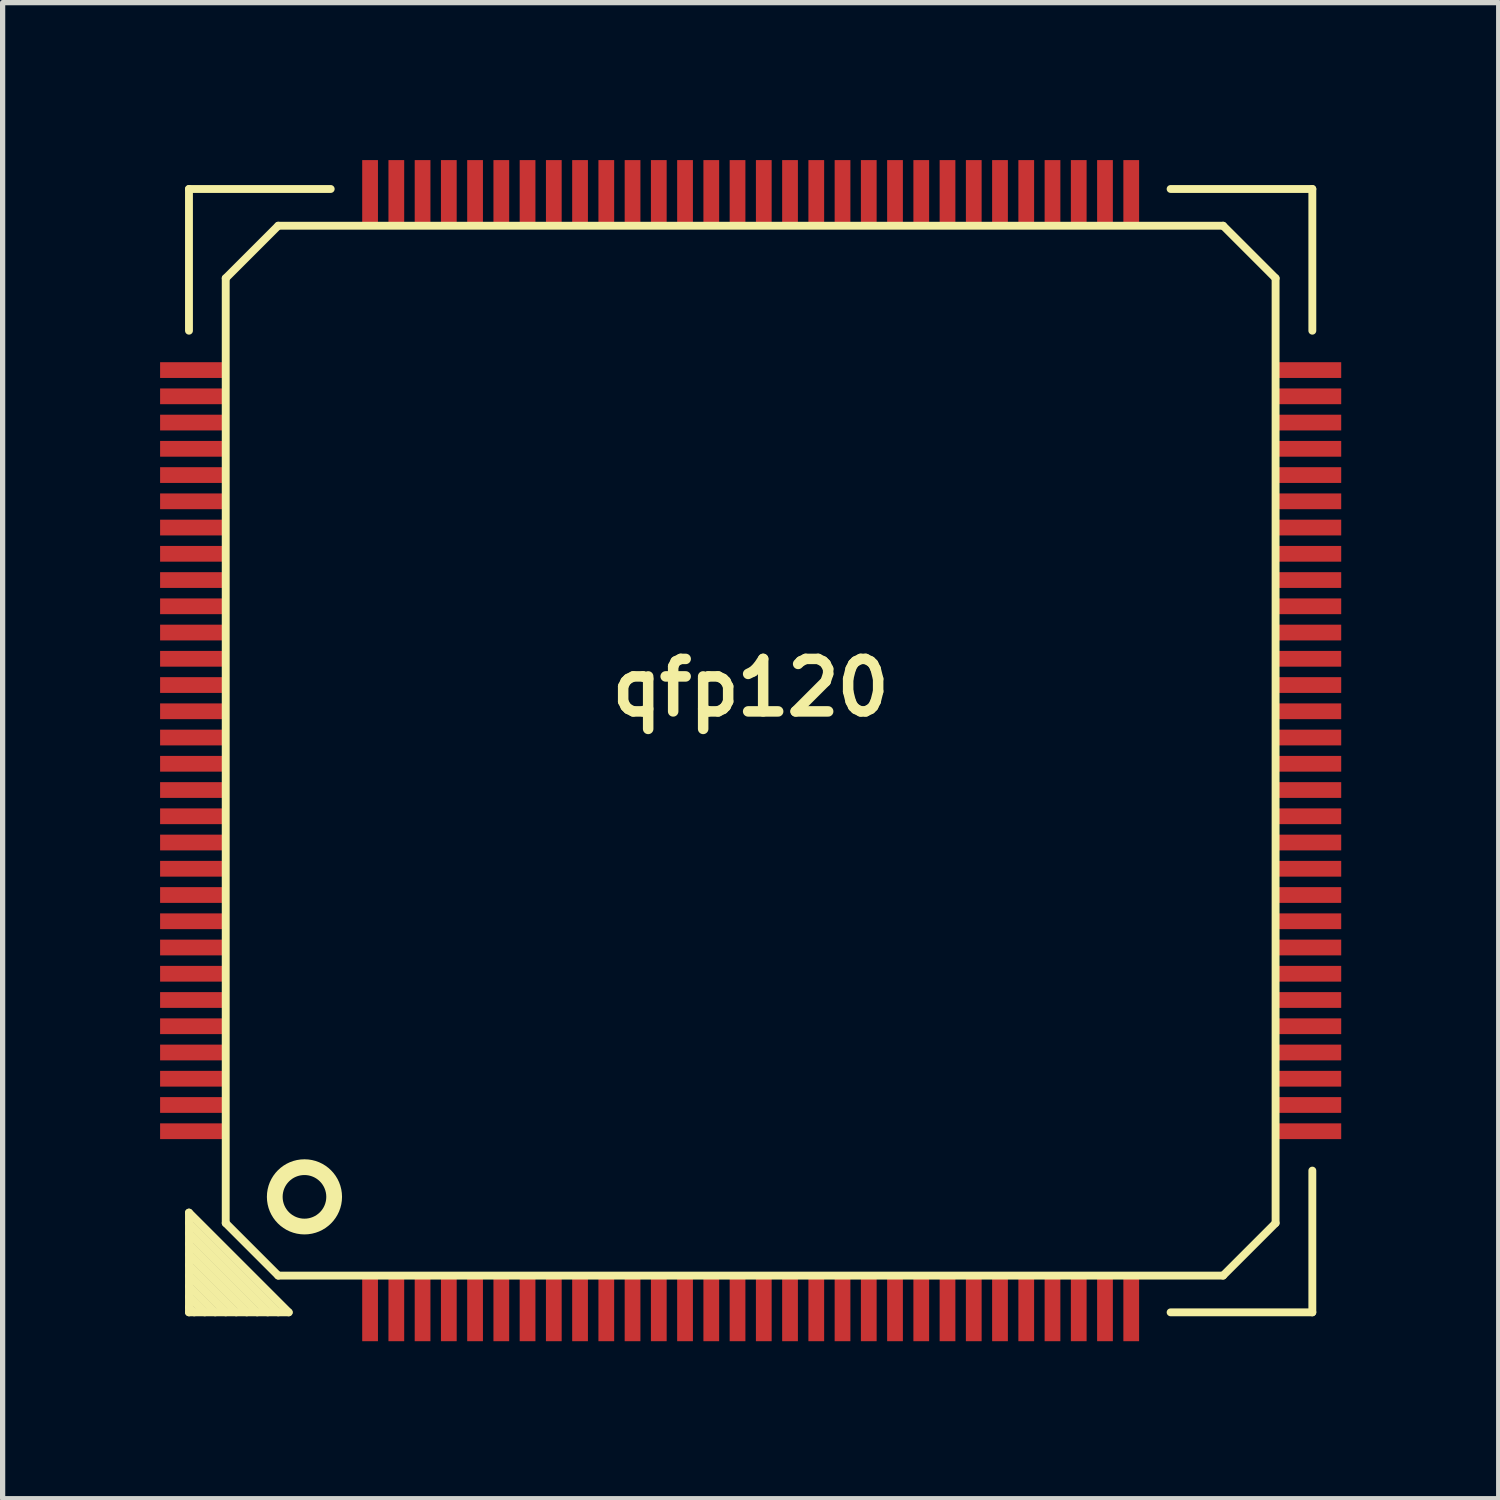
<source format=kicad_pcb>
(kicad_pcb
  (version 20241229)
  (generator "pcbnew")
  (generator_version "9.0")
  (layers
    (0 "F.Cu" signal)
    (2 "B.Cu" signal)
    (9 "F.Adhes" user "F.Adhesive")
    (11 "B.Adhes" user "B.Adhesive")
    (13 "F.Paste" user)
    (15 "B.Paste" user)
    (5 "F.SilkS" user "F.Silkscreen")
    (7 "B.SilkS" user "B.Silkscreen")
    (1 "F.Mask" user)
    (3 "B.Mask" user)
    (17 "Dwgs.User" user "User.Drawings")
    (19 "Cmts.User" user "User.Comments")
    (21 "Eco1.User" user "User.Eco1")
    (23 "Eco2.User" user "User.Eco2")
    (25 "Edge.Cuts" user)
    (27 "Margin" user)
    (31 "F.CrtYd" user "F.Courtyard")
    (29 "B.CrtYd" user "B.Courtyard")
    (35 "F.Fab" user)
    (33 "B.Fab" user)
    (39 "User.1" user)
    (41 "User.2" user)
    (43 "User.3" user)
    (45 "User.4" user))
  (footprint "qfp120"
    (layer "F.Cu")
    (at 11.25 11.25)
    (property "Reference" "qfp120" (at 0 -1.2 0) (layer "F.SilkS") (effects (font (size 1 1) (thickness 0.2))))
    (attr through_hole)
    (fp_line (start -10.7 -10.7) (end -8 -10.7) (stroke (width 0.15) (type solid)) (layer "F.SilkS"))
    (fp_line (start -10.7 -8) (end -10.7 -10.7) (stroke (width 0.15) (type solid)) (layer "F.SilkS"))
    (fp_line (start -10.7 9.4) (end -9.4 10.7) (stroke (width 0.15) (type solid)) (layer "F.SilkS"))
    (fp_line (start -10.7 9.8) (end -9.8 10.7) (stroke (width 0.15) (type solid)) (layer "F.SilkS"))
    (fp_line (start -10.7 10.2) (end -10.2 10.7) (stroke (width 0.15) (type solid)) (layer "F.SilkS"))
    (fp_line (start -10.7 10.6) (end -10.6 10.7) (stroke (width 0.15) (type solid)) (layer "F.SilkS"))
    (fp_line (start -10.7 10.7) (end -10.7 8.8) (stroke (width 0.15) (type solid)) (layer "F.SilkS"))
    (fp_line (start -10.4 10.7) (end -10.7 10.4) (stroke (width 0.15) (type solid)) (layer "F.SilkS"))
    (fp_line (start -10 -9) (end -9 -10) (stroke (width 0.15) (type solid)) (layer "F.SilkS"))
    (fp_line (start -10 9) (end -10 -9) (stroke (width 0.15) (type solid)) (layer "F.SilkS"))
    (fp_line (start -10 10.7) (end -10.7 10) (stroke (width 0.15) (type solid)) (layer "F.SilkS"))
    (fp_line (start -9.6 10.7) (end -10.7 9.6) (stroke (width 0.15) (type solid)) (layer "F.SilkS"))
    (fp_line (start -9.2 10.7) (end -10.7 9.2) (stroke (width 0.15) (type solid)) (layer "F.SilkS"))
    (fp_line (start -9 -10) (end 9 -10) (stroke (width 0.15) (type solid)) (layer "F.SilkS"))
    (fp_line (start -9 10) (end -10 9) (stroke (width 0.15) (type solid)) (layer "F.SilkS"))
    (fp_line (start -9 10.7) (end -10.7 9) (stroke (width 0.15) (type solid)) (layer "F.SilkS"))
    (fp_line (start -8.8 10.7) (end -10.7 8.8) (stroke (width 0.15) (type solid)) (layer "F.SilkS"))
    (fp_line (start -8.8 10.7) (end -10.7 10.7) (stroke (width 0.15) (type solid)) (layer "F.SilkS"))
    (fp_line (start 8 -10.7) (end 10.7 -10.7) (stroke (width 0.15) (type solid)) (layer "F.SilkS"))
    (fp_line (start 9 -10) (end 10 -9) (stroke (width 0.15) (type solid)) (layer "F.SilkS"))
    (fp_line (start 9 10) (end -9 10) (stroke (width 0.15) (type solid)) (layer "F.SilkS"))
    (fp_line (start 10 9) (end 9 10) (stroke (width 0.15) (type solid)) (layer "F.SilkS"))
    (fp_line (start 10 9) (end 10 -9) (stroke (width 0.15) (type solid)) (layer "F.SilkS"))
    (fp_line (start 10.7 -10.7) (end 10.7 -8) (stroke (width 0.15) (type solid)) (layer "F.SilkS"))
    (fp_line (start 10.7 8) (end 10.7 10.7) (stroke (width 0.15) (type solid)) (layer "F.SilkS"))
    (fp_line (start 10.7 10.7) (end 8 10.7) (stroke (width 0.15) (type solid)) (layer "F.SilkS"))
    (fp_circle (center -8.5 8.5) (end -8.9 8.9) (stroke (width 0.3) (type solid)) (fill no) (layer "F.SilkS"))
    (pad "1" smd rect (at -7.25 10.6) (size 0.3 1.3) (layers "F.Cu" "F.Mask" "F.Paste"))
    (pad "2" smd rect (at -6.75 10.6) (size 0.3 1.3) (layers "F.Cu" "F.Mask" "F.Paste"))
    (pad "3" smd rect (at -6.25 10.6) (size 0.3 1.3) (layers "F.Cu" "F.Mask" "F.Paste"))
    (pad "4" smd rect (at -5.75 10.6) (size 0.3 1.3) (layers "F.Cu" "F.Mask" "F.Paste"))
    (pad "5" smd rect (at -5.25 10.6) (size 0.3 1.3) (layers "F.Cu" "F.Mask" "F.Paste"))
    (pad "6" smd rect (at -4.75 10.6) (size 0.3 1.3) (layers "F.Cu" "F.Mask" "F.Paste"))
    (pad "7" smd rect (at -4.25 10.6) (size 0.3 1.3) (layers "F.Cu" "F.Mask" "F.Paste"))
    (pad "8" smd rect (at -3.75 10.6) (size 0.3 1.3) (layers "F.Cu" "F.Mask" "F.Paste"))
    (pad "9" smd rect (at -3.25 10.6) (size 0.3 1.3) (layers "F.Cu" "F.Mask" "F.Paste"))
    (pad "10" smd rect (at -2.75 10.6) (size 0.3 1.3) (layers "F.Cu" "F.Mask" "F.Paste"))
    (pad "11" smd rect (at -2.25 10.6) (size 0.3 1.3) (layers "F.Cu" "F.Mask" "F.Paste"))
    (pad "12" smd rect (at -1.75 10.6) (size 0.3 1.3) (layers "F.Cu" "F.Mask" "F.Paste"))
    (pad "13" smd rect (at -1.25 10.6) (size 0.3 1.3) (layers "F.Cu" "F.Mask" "F.Paste"))
    (pad "14" smd rect (at -0.75 10.6) (size 0.3 1.3) (layers "F.Cu" "F.Mask" "F.Paste"))
    (pad "15" smd rect (at -0.25 10.6) (size 0.3 1.3) (layers "F.Cu" "F.Mask" "F.Paste"))
    (pad "16" smd rect (at 0.25 10.6) (size 0.3 1.3) (layers "F.Cu" "F.Mask" "F.Paste"))
    (pad "17" smd rect (at 0.75 10.6) (size 0.3 1.3) (layers "F.Cu" "F.Mask" "F.Paste"))
    (pad "18" smd rect (at 1.25 10.6) (size 0.3 1.3) (layers "F.Cu" "F.Mask" "F.Paste"))
    (pad "19" smd rect (at 1.75 10.6) (size 0.3 1.3) (layers "F.Cu" "F.Mask" "F.Paste"))
    (pad "20" smd rect (at 2.25 10.6) (size 0.3 1.3) (layers "F.Cu" "F.Mask" "F.Paste"))
    (pad "21" smd rect (at 2.75 10.6) (size 0.3 1.3) (layers "F.Cu" "F.Mask" "F.Paste"))
    (pad "22" smd rect (at 3.25 10.6) (size 0.3 1.3) (layers "F.Cu" "F.Mask" "F.Paste"))
    (pad "23" smd rect (at 3.75 10.6) (size 0.3 1.3) (layers "F.Cu" "F.Mask" "F.Paste"))
    (pad "24" smd rect (at 4.25 10.6) (size 0.3 1.3) (layers "F.Cu" "F.Mask" "F.Paste"))
    (pad "25" smd rect (at 4.75 10.6) (size 0.3 1.3) (layers "F.Cu" "F.Mask" "F.Paste"))
    (pad "26" smd rect (at 5.25 10.6) (size 0.3 1.3) (layers "F.Cu" "F.Mask" "F.Paste"))
    (pad "27" smd rect (at 5.75 10.6) (size 0.3 1.3) (layers "F.Cu" "F.Mask" "F.Paste"))
    (pad "28" smd rect (at 6.25 10.6) (size 0.3 1.3) (layers "F.Cu" "F.Mask" "F.Paste"))
    (pad "29" smd rect (at 6.75 10.6) (size 0.3 1.3) (layers "F.Cu" "F.Mask" "F.Paste"))
    (pad "30" smd rect (at 7.25 10.6) (size 0.3 1.3) (layers "F.Cu" "F.Mask" "F.Paste"))
    (pad "31" smd rect (at 10.6 7.25) (size 1.3 0.3) (layers "F.Cu" "F.Mask" "F.Paste"))
    (pad "32" smd rect (at 10.6 6.75) (size 1.3 0.3) (layers "F.Cu" "F.Mask" "F.Paste"))
    (pad "33" smd rect (at 10.6 6.25) (size 1.3 0.3) (layers "F.Cu" "F.Mask" "F.Paste"))
    (pad "34" smd rect (at 10.6 5.75) (size 1.3 0.3) (layers "F.Cu" "F.Mask" "F.Paste"))
    (pad "35" smd rect (at 10.6 5.25) (size 1.3 0.3) (layers "F.Cu" "F.Mask" "F.Paste"))
    (pad "36" smd rect (at 10.6 4.75) (size 1.3 0.3) (layers "F.Cu" "F.Mask" "F.Paste"))
    (pad "37" smd rect (at 10.6 4.25) (size 1.3 0.3) (layers "F.Cu" "F.Mask" "F.Paste"))
    (pad "38" smd rect (at 10.6 3.75) (size 1.3 0.3) (layers "F.Cu" "F.Mask" "F.Paste"))
    (pad "39" smd rect (at 10.6 3.25) (size 1.3 0.3) (layers "F.Cu" "F.Mask" "F.Paste"))
    (pad "40" smd rect (at 10.6 2.75) (size 1.3 0.3) (layers "F.Cu" "F.Mask" "F.Paste"))
    (pad "41" smd rect (at 10.6 2.25) (size 1.3 0.3) (layers "F.Cu" "F.Mask" "F.Paste"))
    (pad "42" smd rect (at 10.6 1.75) (size 1.3 0.3) (layers "F.Cu" "F.Mask" "F.Paste"))
    (pad "43" smd rect (at 10.6 1.25) (size 1.3 0.3) (layers "F.Cu" "F.Mask" "F.Paste"))
    (pad "44" smd rect (at 10.6 0.75) (size 1.3 0.3) (layers "F.Cu" "F.Mask" "F.Paste"))
    (pad "45" smd rect (at 10.6 0.25) (size 1.3 0.3) (layers "F.Cu" "F.Mask" "F.Paste"))
    (pad "46" smd rect (at 10.6 -0.25) (size 1.3 0.3) (layers "F.Cu" "F.Mask" "F.Paste"))
    (pad "47" smd rect (at 10.6 -0.75) (size 1.3 0.3) (layers "F.Cu" "F.Mask" "F.Paste"))
    (pad "48" smd rect (at 10.6 -1.25) (size 1.3 0.3) (layers "F.Cu" "F.Mask" "F.Paste"))
    (pad "49" smd rect (at 10.6 -1.75) (size 1.3 0.3) (layers "F.Cu" "F.Mask" "F.Paste"))
    (pad "50" smd rect (at 10.6 -2.25) (size 1.3 0.3) (layers "F.Cu" "F.Mask" "F.Paste"))
    (pad "51" smd rect (at 10.6 -2.75) (size 1.3 0.3) (layers "F.Cu" "F.Mask" "F.Paste"))
    (pad "52" smd rect (at 10.6 -3.25) (size 1.3 0.3) (layers "F.Cu" "F.Mask" "F.Paste"))
    (pad "53" smd rect (at 10.6 -3.75) (size 1.3 0.3) (layers "F.Cu" "F.Mask" "F.Paste"))
    (pad "54" smd rect (at 10.6 -4.25) (size 1.3 0.3) (layers "F.Cu" "F.Mask" "F.Paste"))
    (pad "55" smd rect (at 10.6 -4.75) (size 1.3 0.3) (layers "F.Cu" "F.Mask" "F.Paste"))
    (pad "56" smd rect (at 10.6 -5.25) (size 1.3 0.3) (layers "F.Cu" "F.Mask" "F.Paste"))
    (pad "57" smd rect (at 10.6 -5.75) (size 1.3 0.3) (layers "F.Cu" "F.Mask" "F.Paste"))
    (pad "58" smd rect (at 10.6 -6.25) (size 1.3 0.3) (layers "F.Cu" "F.Mask" "F.Paste"))
    (pad "59" smd rect (at 10.6 -6.75) (size 1.3 0.3) (layers "F.Cu" "F.Mask" "F.Paste"))
    (pad "60" smd rect (at 10.6 -7.25) (size 1.3 0.3) (layers "F.Cu" "F.Mask" "F.Paste"))
    (pad "61" smd rect (at 7.25 -10.6) (size 0.3 1.3) (layers "F.Cu" "F.Mask" "F.Paste"))
    (pad "62" smd rect (at 6.75 -10.6) (size 0.3 1.3) (layers "F.Cu" "F.Mask" "F.Paste"))
    (pad "63" smd rect (at 6.25 -10.6) (size 0.3 1.3) (layers "F.Cu" "F.Mask" "F.Paste"))
    (pad "64" smd rect (at 5.75 -10.6) (size 0.3 1.3) (layers "F.Cu" "F.Mask" "F.Paste"))
    (pad "65" smd rect (at 5.25 -10.6) (size 0.3 1.3) (layers "F.Cu" "F.Mask" "F.Paste"))
    (pad "66" smd rect (at 4.75 -10.6) (size 0.3 1.3) (layers "F.Cu" "F.Mask" "F.Paste"))
    (pad "67" smd rect (at 4.25 -10.6) (size 0.3 1.3) (layers "F.Cu" "F.Mask" "F.Paste"))
    (pad "68" smd rect (at 3.75 -10.6) (size 0.3 1.3) (layers "F.Cu" "F.Mask" "F.Paste"))
    (pad "69" smd rect (at 3.25 -10.6) (size 0.3 1.3) (layers "F.Cu" "F.Mask" "F.Paste"))
    (pad "70" smd rect (at 2.75 -10.6) (size 0.3 1.3) (layers "F.Cu" "F.Mask" "F.Paste"))
    (pad "71" smd rect (at 2.25 -10.6) (size 0.3 1.3) (layers "F.Cu" "F.Mask" "F.Paste"))
    (pad "72" smd rect (at 1.75 -10.6) (size 0.3 1.3) (layers "F.Cu" "F.Mask" "F.Paste"))
    (pad "73" smd rect (at 1.25 -10.6) (size 0.3 1.3) (layers "F.Cu" "F.Mask" "F.Paste"))
    (pad "74" smd rect (at 0.75 -10.6) (size 0.3 1.3) (layers "F.Cu" "F.Mask" "F.Paste"))
    (pad "75" smd rect (at 0.25 -10.6) (size 0.3 1.3) (layers "F.Cu" "F.Mask" "F.Paste"))
    (pad "76" smd rect (at -0.25 -10.6) (size 0.3 1.3) (layers "F.Cu" "F.Mask" "F.Paste"))
    (pad "77" smd rect (at -0.75 -10.6) (size 0.3 1.3) (layers "F.Cu" "F.Mask" "F.Paste"))
    (pad "78" smd rect (at -1.25 -10.6) (size 0.3 1.3) (layers "F.Cu" "F.Mask" "F.Paste"))
    (pad "79" smd rect (at -1.75 -10.6) (size 0.3 1.3) (layers "F.Cu" "F.Mask" "F.Paste"))
    (pad "80" smd rect (at -2.25 -10.6) (size 0.3 1.3) (layers "F.Cu" "F.Mask" "F.Paste"))
    (pad "81" smd rect (at -2.75 -10.6) (size 0.3 1.3) (layers "F.Cu" "F.Mask" "F.Paste"))
    (pad "82" smd rect (at -3.25 -10.6) (size 0.3 1.3) (layers "F.Cu" "F.Mask" "F.Paste"))
    (pad "83" smd rect (at -3.75 -10.6) (size 0.3 1.3) (layers "F.Cu" "F.Mask" "F.Paste"))
    (pad "84" smd rect (at -4.25 -10.6) (size 0.3 1.3) (layers "F.Cu" "F.Mask" "F.Paste"))
    (pad "85" smd rect (at -4.75 -10.6) (size 0.3 1.3) (layers "F.Cu" "F.Mask" "F.Paste"))
    (pad "86" smd rect (at -5.25 -10.6) (size 0.3 1.3) (layers "F.Cu" "F.Mask" "F.Paste"))
    (pad "87" smd rect (at -5.75 -10.6) (size 0.3 1.3) (layers "F.Cu" "F.Mask" "F.Paste"))
    (pad "88" smd rect (at -6.25 -10.6) (size 0.3 1.3) (layers "F.Cu" "F.Mask" "F.Paste"))
    (pad "89" smd rect (at -6.75 -10.6) (size 0.3 1.3) (layers "F.Cu" "F.Mask" "F.Paste"))
    (pad "90" smd rect (at -7.25 -10.6) (size 0.3 1.3) (layers "F.Cu" "F.Mask" "F.Paste"))
    (pad "91" smd rect (at -10.6 -7.25) (size 1.3 0.3) (layers "F.Cu" "F.Mask" "F.Paste"))
    (pad "92" smd rect (at -10.6 -6.75) (size 1.3 0.3) (layers "F.Cu" "F.Mask" "F.Paste"))
    (pad "93" smd rect (at -10.6 -6.25) (size 1.3 0.3) (layers "F.Cu" "F.Mask" "F.Paste"))
    (pad "94" smd rect (at -10.6 -5.75) (size 1.3 0.3) (layers "F.Cu" "F.Mask" "F.Paste"))
    (pad "95" smd rect (at -10.6 -5.25) (size 1.3 0.3) (layers "F.Cu" "F.Mask" "F.Paste"))
    (pad "96" smd rect (at -10.6 -4.75) (size 1.3 0.3) (layers "F.Cu" "F.Mask" "F.Paste"))
    (pad "97" smd rect (at -10.6 -4.25) (size 1.3 0.3) (layers "F.Cu" "F.Mask" "F.Paste"))
    (pad "98" smd rect (at -10.6 -3.75) (size 1.3 0.3) (layers "F.Cu" "F.Mask" "F.Paste"))
    (pad "99" smd rect (at -10.6 -3.25) (size 1.3 0.3) (layers "F.Cu" "F.Mask" "F.Paste"))
    (pad "100" smd rect (at -10.6 -2.75) (size 1.3 0.3) (layers "F.Cu" "F.Mask" "F.Paste"))
    (pad "101" smd rect (at -10.6 -2.25) (size 1.3 0.3) (layers "F.Cu" "F.Mask" "F.Paste"))
    (pad "102" smd rect (at -10.6 -1.75) (size 1.3 0.3) (layers "F.Cu" "F.Mask" "F.Paste"))
    (pad "103" smd rect (at -10.6 -1.25) (size 1.3 0.3) (layers "F.Cu" "F.Mask" "F.Paste"))
    (pad "104" smd rect (at -10.6 -0.75) (size 1.3 0.3) (layers "F.Cu" "F.Mask" "F.Paste"))
    (pad "105" smd rect (at -10.6 -0.25) (size 1.3 0.3) (layers "F.Cu" "F.Mask" "F.Paste"))
    (pad "106" smd rect (at -10.6 0.25) (size 1.3 0.3) (layers "F.Cu" "F.Mask" "F.Paste"))
    (pad "107" smd rect (at -10.6 0.75) (size 1.3 0.3) (layers "F.Cu" "F.Mask" "F.Paste"))
    (pad "108" smd rect (at -10.6 1.25) (size 1.3 0.3) (layers "F.Cu" "F.Mask" "F.Paste"))
    (pad "109" smd rect (at -10.6 1.75) (size 1.3 0.3) (layers "F.Cu" "F.Mask" "F.Paste"))
    (pad "110" smd rect (at -10.6 2.25) (size 1.3 0.3) (layers "F.Cu" "F.Mask" "F.Paste"))
    (pad "111" smd rect (at -10.6 2.75) (size 1.3 0.3) (layers "F.Cu" "F.Mask" "F.Paste"))
    (pad "112" smd rect (at -10.6 3.25) (size 1.3 0.3) (layers "F.Cu" "F.Mask" "F.Paste"))
    (pad "113" smd rect (at -10.6 3.75) (size 1.3 0.3) (layers "F.Cu" "F.Mask" "F.Paste"))
    (pad "114" smd rect (at -10.6 4.25) (size 1.3 0.3) (layers "F.Cu" "F.Mask" "F.Paste"))
    (pad "115" smd rect (at -10.6 4.75) (size 1.3 0.3) (layers "F.Cu" "F.Mask" "F.Paste"))
    (pad "116" smd rect (at -10.6 5.25) (size 1.3 0.3) (layers "F.Cu" "F.Mask" "F.Paste"))
    (pad "117" smd rect (at -10.6 5.75) (size 1.3 0.3) (layers "F.Cu" "F.Mask" "F.Paste"))
    (pad "118" smd rect (at -10.6 6.25) (size 1.3 0.3) (layers "F.Cu" "F.Mask" "F.Paste"))
    (pad "119" smd rect (at -10.6 6.75) (size 1.3 0.3) (layers "F.Cu" "F.Mask" "F.Paste"))
    (pad "120" smd rect (at -10.6 7.25) (size 1.3 0.3) (layers "F.Cu" "F.Mask" "F.Paste")))
  (gr_rect
    (start -3 -3)
    (end 25.5 25.5)
    (stroke (width 0.1) (type default))
    (fill no)
    (layer "Edge.Cuts")))
</source>
